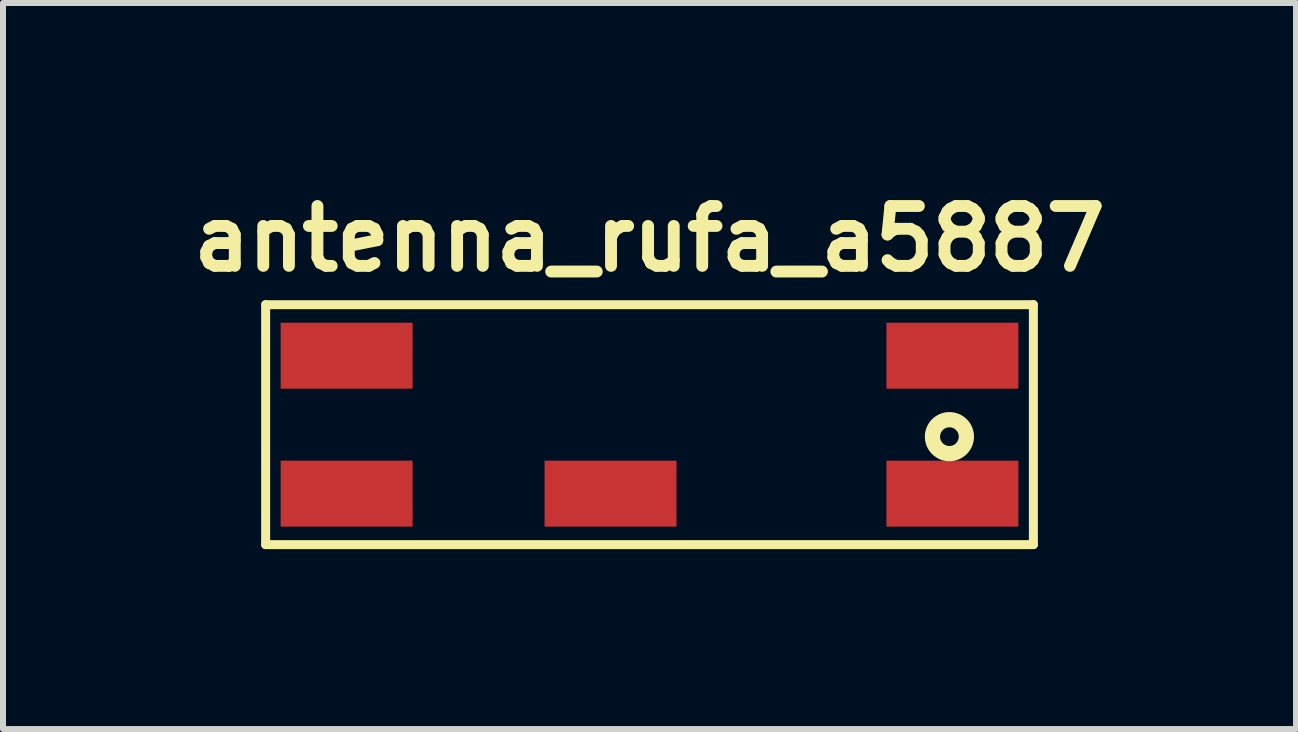
<source format=kicad_pcb>
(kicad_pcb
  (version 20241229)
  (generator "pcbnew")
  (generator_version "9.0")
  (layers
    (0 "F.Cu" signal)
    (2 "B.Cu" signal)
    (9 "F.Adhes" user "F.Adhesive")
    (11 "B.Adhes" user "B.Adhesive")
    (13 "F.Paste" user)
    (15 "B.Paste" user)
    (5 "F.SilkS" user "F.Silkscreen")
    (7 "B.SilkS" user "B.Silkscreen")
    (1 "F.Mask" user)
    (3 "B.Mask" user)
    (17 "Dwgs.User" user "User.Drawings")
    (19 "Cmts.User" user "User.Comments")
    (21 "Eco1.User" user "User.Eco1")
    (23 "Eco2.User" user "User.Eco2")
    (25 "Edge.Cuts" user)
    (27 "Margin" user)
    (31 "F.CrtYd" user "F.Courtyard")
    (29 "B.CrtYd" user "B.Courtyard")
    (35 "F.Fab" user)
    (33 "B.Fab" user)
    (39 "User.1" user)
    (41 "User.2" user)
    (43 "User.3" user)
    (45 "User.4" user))
  (footprint "antenna_rufa_a5887"
    (layer "F.Cu")
    (at 7.779 4.03)
    (property "Reference" "antenna_rufa_a5887" (at 0 -3.099 0) (layer "F.SilkS") (effects (font (size 0.998 0.998) (thickness 0.198))))
    (attr smd)
    (fp_line (start -6.4 -2) (end -6.4 2) (stroke (width 0.15) (type solid)) (layer "F.SilkS"))
    (fp_line (start -6.4 -2) (end 6.4 -2) (stroke (width 0.15) (type solid)) (layer "F.SilkS"))
    (fp_line (start -6.4 2) (end 6.4 2) (stroke (width 0.15) (type solid)) (layer "F.SilkS"))
    (fp_line (start 6.4 -2) (end 6.4 2) (stroke (width 0.15) (type solid)) (layer "F.SilkS"))
    (fp_circle (center 5 0.2) (end 5.2 0.4) (stroke (width 0.254) (type solid)) (fill no) (layer "F.SilkS"))
    (pad "" smd rect (at -5.05 -1.15) (size 2.2 1.1) (layers "F.Cu" "F.Mask" "F.Paste"))
    (pad "" smd rect (at -5.05 1.15) (size 2.2 1.1) (layers "F.Cu" "F.Mask" "F.Paste"))
    (pad "" smd rect (at 5.05 -1.15) (size 2.2 1.1) (layers "F.Cu" "F.Mask" "F.Paste"))
    (pad "1" smd rect (at 5.05 1.15) (size 2.2 1.1) (layers "F.Cu" "F.Mask" "F.Paste"))
    (pad "2" smd rect (at -0.65 1.15) (size 2.2 1.1) (layers "F.Cu" "F.Mask" "F.Paste")))
  (gr_rect
    (start -3 -3)
    (end 18.558 9.105)
    (stroke (width 0.1) (type default))
    (fill no)
    (layer "Edge.Cuts")))
</source>
